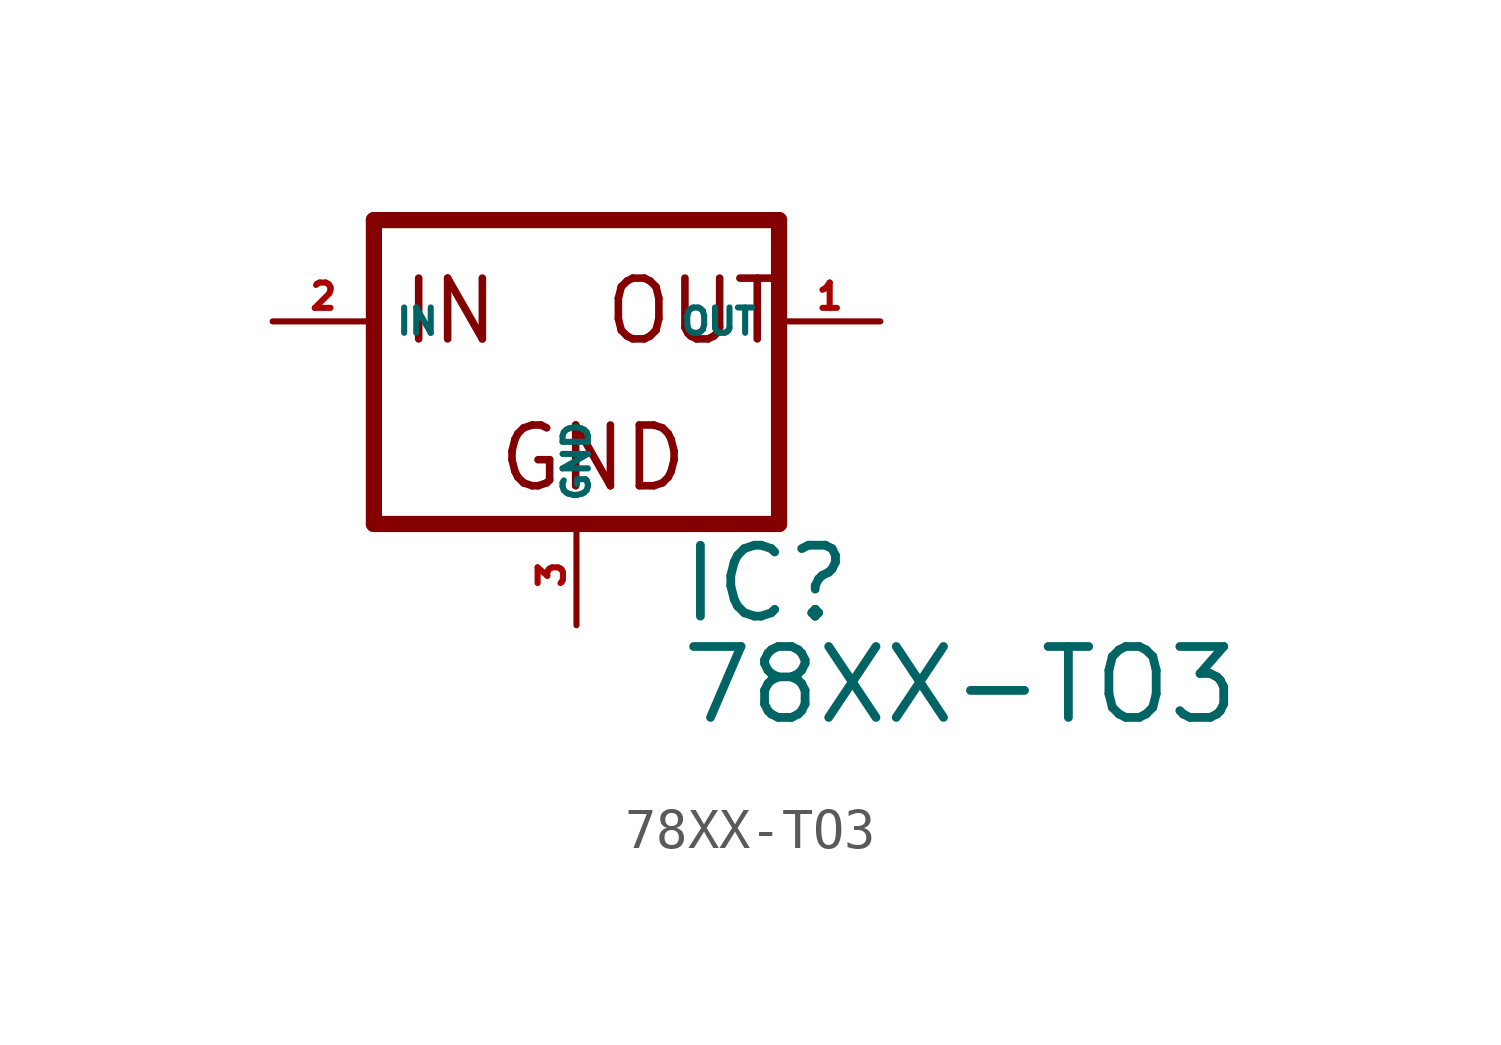
<source format=kicad_sym>
(kicad_symbol_lib
  (version 20220914)
  (generator Eagle2Kicad)
  (symbol "78XX-TO3"
    (property "Reference" "IC"
      (at 2.54 -7.62 0)
      (effects (font (size 1.778 1.778) (thickness 0.22)) (justify left bottom)))
    (property "Value" "78XX-TO3"
      (at 2.54 -10.16 0)
      (effects (font (size 1.778 1.778) (thickness 0.22)) (justify left bottom)))
    (polyline
      (pts (xy -5.08 -5.08) (xy 5.08 -5.08))
      (stroke (width 0.406) (type default))
      (fill (type none)))
    (polyline
      (pts (xy 5.08 -5.08) (xy 5.08 2.54))
      (stroke (width 0.406) (type default))
      (fill (type none)))
    (polyline
      (pts (xy 5.08 2.54) (xy -5.08 2.54))
      (stroke (width 0.406) (type default))
      (fill (type none)))
    (polyline
      (pts (xy -5.08 2.54) (xy -5.08 -5.08))
      (stroke (width 0.406) (type default))
      (fill (type none)))
    (text "GND"
      (at -2.032 -4.318 0)
      (effects (font (size 1.524 1.524) (thickness 0.19)) (justify left bottom)))
    (text "IN"
      (at -4.445 -0.635 0)
      (effects (font (size 1.524 1.524) (thickness 0.19)) (justify left bottom)))
    (text "OUT"
      (at 0.635 -0.635 0)
      (effects (font (size 1.524 1.524) (thickness 0.19)) (justify left bottom)))
    (pin input line
      (at -7.62 0 0)
      (length 2.54)
      (name "IN" (effects (font (size 0.635 0.635) (thickness 0.08)) (justify left bottom)))
      (number "2" (effects (font (size 0.635 0.635) (thickness 0.08)) (justify left bottom))))
    (pin input line
      (at 0 -7.62 90)
      (length 2.54)
      (name "GND" (effects (font (size 0.635 0.635) (thickness 0.08)) (justify left bottom)))
      (number "3" (effects (font (size 0.635 0.635) (thickness 0.08)) (justify left bottom))))
    (pin passive line
      (at 7.62 0 180)
      (length 2.54)
      (name "OUT" (effects (font (size 0.635 0.635) (thickness 0.08)) (justify left bottom)))
      (number "1" (effects (font (size 0.635 0.635) (thickness 0.08)) (justify left bottom))))))
</source>
